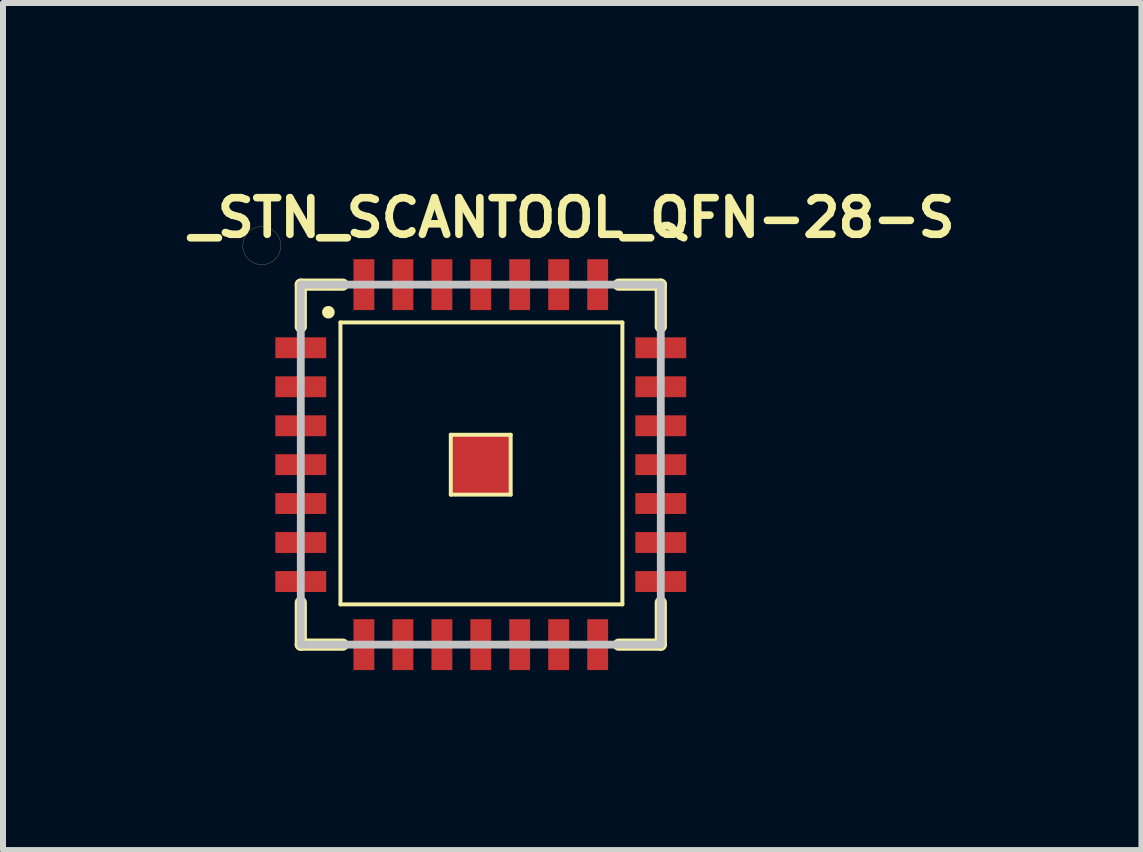
<source format=kicad_pcb>
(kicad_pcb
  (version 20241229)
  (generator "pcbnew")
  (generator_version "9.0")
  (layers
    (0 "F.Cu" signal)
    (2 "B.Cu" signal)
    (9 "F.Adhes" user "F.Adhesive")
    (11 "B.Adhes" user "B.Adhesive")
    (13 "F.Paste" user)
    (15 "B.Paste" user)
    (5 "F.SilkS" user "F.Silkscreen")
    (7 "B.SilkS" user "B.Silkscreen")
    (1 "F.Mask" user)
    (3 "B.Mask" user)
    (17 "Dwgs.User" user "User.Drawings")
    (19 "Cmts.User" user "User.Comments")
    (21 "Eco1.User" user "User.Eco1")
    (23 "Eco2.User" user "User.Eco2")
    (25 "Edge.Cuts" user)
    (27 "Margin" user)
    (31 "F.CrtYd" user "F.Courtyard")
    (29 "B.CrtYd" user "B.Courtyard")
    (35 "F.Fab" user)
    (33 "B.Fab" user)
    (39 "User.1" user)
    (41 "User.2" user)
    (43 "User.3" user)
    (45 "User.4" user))
  (footprint "_STN_SCANTOOL_QFN-28-S"
    (layer "F.Cu")
    (at 4.963 4.694)
    (property "Reference" "_STN_SCANTOOL_QFN-28-S" (at 1.524 -4.115 0) (layer "F.SilkS") (effects (font (size 0.61 0.61) (thickness 0.127))))
    (attr smd)
    (fp_line (start -3.967 -3.65) (end -3.96 -3.579) (stroke (width 0.003) (type solid)) (layer "F.SilkS"))
    (fp_line (start -3.96 -3.721) (end -3.967 -3.65) (stroke (width 0.003) (type solid)) (layer "F.SilkS"))
    (fp_line (start -3.96 -3.579) (end -3.937 -3.513) (stroke (width 0.003) (type solid)) (layer "F.SilkS"))
    (fp_line (start -3.937 -3.787) (end -3.96 -3.721) (stroke (width 0.003) (type solid)) (layer "F.SilkS"))
    (fp_line (start -3.937 -3.513) (end -3.899 -3.452) (stroke (width 0.003) (type solid)) (layer "F.SilkS"))
    (fp_line (start -3.899 -3.848) (end -3.937 -3.787) (stroke (width 0.003) (type solid)) (layer "F.SilkS"))
    (fp_line (start -3.899 -3.452) (end -3.848 -3.401) (stroke (width 0.003) (type solid)) (layer "F.SilkS"))
    (fp_line (start -3.848 -3.899) (end -3.899 -3.848) (stroke (width 0.003) (type solid)) (layer "F.SilkS"))
    (fp_line (start -3.848 -3.401) (end -3.787 -3.363) (stroke (width 0.003) (type solid)) (layer "F.SilkS"))
    (fp_line (start -3.787 -3.937) (end -3.848 -3.899) (stroke (width 0.003) (type solid)) (layer "F.SilkS"))
    (fp_line (start -3.787 -3.363) (end -3.721 -3.34) (stroke (width 0.003) (type solid)) (layer "F.SilkS"))
    (fp_line (start -3.721 -3.96) (end -3.787 -3.937) (stroke (width 0.003) (type solid)) (layer "F.SilkS"))
    (fp_line (start -3.721 -3.34) (end -3.65 -3.332) (stroke (width 0.003) (type solid)) (layer "F.SilkS"))
    (fp_line (start -3.65 -3.967) (end -3.721 -3.96) (stroke (width 0.003) (type solid)) (layer "F.SilkS"))
    (fp_line (start -3.65 -3.332) (end -3.579 -3.34) (stroke (width 0.003) (type solid)) (layer "F.SilkS"))
    (fp_line (start -3.579 -3.96) (end -3.65 -3.967) (stroke (width 0.003) (type solid)) (layer "F.SilkS"))
    (fp_line (start -3.579 -3.34) (end -3.513 -3.363) (stroke (width 0.003) (type solid)) (layer "F.SilkS"))
    (fp_line (start -3.513 -3.937) (end -3.579 -3.96) (stroke (width 0.003) (type solid)) (layer "F.SilkS"))
    (fp_line (start -3.513 -3.363) (end -3.452 -3.401) (stroke (width 0.003) (type solid)) (layer "F.SilkS"))
    (fp_line (start -3.452 -3.899) (end -3.513 -3.937) (stroke (width 0.003) (type solid)) (layer "F.SilkS"))
    (fp_line (start -3.452 -3.401) (end -3.401 -3.452) (stroke (width 0.003) (type solid)) (layer "F.SilkS"))
    (fp_line (start -3.401 -3.848) (end -3.452 -3.899) (stroke (width 0.003) (type solid)) (layer "F.SilkS"))
    (fp_line (start -3.401 -3.452) (end -3.363 -3.513) (stroke (width 0.003) (type solid)) (layer "F.SilkS"))
    (fp_line (start -3.363 -3.787) (end -3.401 -3.848) (stroke (width 0.003) (type solid)) (layer "F.SilkS"))
    (fp_line (start -3.363 -3.513) (end -3.34 -3.579) (stroke (width 0.003) (type solid)) (layer "F.SilkS"))
    (fp_line (start -3.34 -3.721) (end -3.363 -3.787) (stroke (width 0.003) (type solid)) (layer "F.SilkS"))
    (fp_line (start -3.34 -3.579) (end -3.332 -3.65) (stroke (width 0.003) (type solid)) (layer "F.SilkS"))
    (fp_line (start -3.332 -3.65) (end -3.34 -3.721) (stroke (width 0.003) (type solid)) (layer "F.SilkS"))
    (fp_line (start -3 -3) (end -2.299 -3) (stroke (width 0.203) (type solid)) (layer "F.SilkS"))
    (fp_line (start -3 -2.299) (end -3 -3) (stroke (width 0.203) (type solid)) (layer "F.SilkS"))
    (fp_line (start -3 3) (end -3 2.299) (stroke (width 0.203) (type solid)) (layer "F.SilkS"))
    (fp_line (start -2.339 -2.37) (end 2.36 -2.37) (stroke (width 0.066) (type solid)) (layer "F.SilkS"))
    (fp_line (start -2.339 2.329) (end -2.339 -2.37) (stroke (width 0.066) (type solid)) (layer "F.SilkS"))
    (fp_line (start -2.339 2.329) (end 2.36 2.329) (stroke (width 0.066) (type solid)) (layer "F.SilkS"))
    (fp_line (start -2.299 3) (end -3 3) (stroke (width 0.203) (type solid)) (layer "F.SilkS"))
    (fp_line (start -0.5 -0.498) (end 0.498 -0.498) (stroke (width 0.066) (type solid)) (layer "F.SilkS"))
    (fp_line (start -0.5 0.5) (end -0.5 -0.498) (stroke (width 0.066) (type solid)) (layer "F.SilkS"))
    (fp_line (start -0.5 0.5) (end 0.498 0.5) (stroke (width 0.066) (type solid)) (layer "F.SilkS"))
    (fp_line (start 0.498 0.5) (end 0.498 -0.498) (stroke (width 0.066) (type solid)) (layer "F.SilkS"))
    (fp_line (start 2.299 -3) (end 3 -3) (stroke (width 0.203) (type solid)) (layer "F.SilkS"))
    (fp_line (start 2.36 2.329) (end 2.36 -2.37) (stroke (width 0.066) (type solid)) (layer "F.SilkS"))
    (fp_line (start 3 -3) (end 3 -2.299) (stroke (width 0.203) (type solid)) (layer "F.SilkS"))
    (fp_line (start 3 2.299) (end 3 3) (stroke (width 0.203) (type solid)) (layer "F.SilkS"))
    (fp_line (start 3 3) (end 2.299 3) (stroke (width 0.203) (type solid)) (layer "F.SilkS"))
    (fp_circle (center -2.54 -2.54) (end -2.614 -2.614) (stroke (width 0) (type solid)) (fill yes) (layer "F.SilkS"))
    (fp_line (start -3 -3) (end -3 3) (stroke (width 0.13) (type solid)) (layer "Dwgs.User"))
    (fp_line (start -3 3) (end 3 3) (stroke (width 0.13) (type solid)) (layer "Dwgs.User"))
    (fp_line (start 3 -3) (end -3 -3) (stroke (width 0.13) (type solid)) (layer "Dwgs.User"))
    (fp_line (start 3 3) (end 3 -3) (stroke (width 0.13) (type solid)) (layer "Dwgs.User"))
    (pad "1" smd rect (at -3 -1.948) (size 0.848 0.348) (layers "F.Cu" "F.Mask" "F.Paste"))
    (pad "2" smd rect (at -3 -1.298) (size 0.848 0.348) (layers "F.Cu" "F.Mask" "F.Paste"))
    (pad "3" smd rect (at -3 -0.648) (size 0.848 0.348) (layers "F.Cu" "F.Mask" "F.Paste"))
    (pad "4" smd rect (at -3 0) (size 0.848 0.348) (layers "F.Cu" "F.Mask" "F.Paste"))
    (pad "5" smd rect (at -3 0.648) (size 0.848 0.348) (layers "F.Cu" "F.Mask" "F.Paste"))
    (pad "6" smd rect (at -3 1.298) (size 0.848 0.348) (layers "F.Cu" "F.Mask" "F.Paste"))
    (pad "7" smd rect (at -3 1.948) (size 0.848 0.348) (layers "F.Cu" "F.Mask" "F.Paste"))
    (pad "8" smd rect (at -1.948 3) (size 0.348 0.848) (layers "F.Cu" "F.Mask" "F.Paste"))
    (pad "9" smd rect (at -1.298 3) (size 0.348 0.848) (layers "F.Cu" "F.Mask" "F.Paste"))
    (pad "10" smd rect (at -0.648 3) (size 0.348 0.848) (layers "F.Cu" "F.Mask" "F.Paste"))
    (pad "11" smd rect (at 0 3) (size 0.348 0.848) (layers "F.Cu" "F.Mask" "F.Paste"))
    (pad "12" smd rect (at 0.648 3) (size 0.348 0.848) (layers "F.Cu" "F.Mask" "F.Paste"))
    (pad "13" smd rect (at 1.298 3) (size 0.348 0.848) (layers "F.Cu" "F.Mask" "F.Paste"))
    (pad "14" smd rect (at 1.948 3) (size 0.348 0.848) (layers "F.Cu" "F.Mask" "F.Paste"))
    (pad "15" smd rect (at 3 1.948) (size 0.848 0.348) (layers "F.Cu" "F.Mask" "F.Paste"))
    (pad "16" smd rect (at 3 1.298) (size 0.848 0.348) (layers "F.Cu" "F.Mask" "F.Paste"))
    (pad "17" smd rect (at 3 0.648) (size 0.848 0.348) (layers "F.Cu" "F.Mask" "F.Paste"))
    (pad "18" smd rect (at 3 0) (size 0.848 0.348) (layers "F.Cu" "F.Mask" "F.Paste"))
    (pad "19" smd rect (at 3 -0.648) (size 0.848 0.348) (layers "F.Cu" "F.Mask" "F.Paste"))
    (pad "20" smd rect (at 3 -1.298) (size 0.848 0.348) (layers "F.Cu" "F.Mask" "F.Paste"))
    (pad "21" smd rect (at 3 -1.948) (size 0.848 0.348) (layers "F.Cu" "F.Mask" "F.Paste"))
    (pad "22" smd rect (at 1.948 -3) (size 0.348 0.848) (layers "F.Cu" "F.Mask" "F.Paste"))
    (pad "23" smd rect (at 1.298 -3) (size 0.348 0.848) (layers "F.Cu" "F.Mask" "F.Paste"))
    (pad "24" smd rect (at 0.648 -3) (size 0.348 0.848) (layers "F.Cu" "F.Mask" "F.Paste"))
    (pad "25" smd rect (at 0 -3) (size 0.348 0.848) (layers "F.Cu" "F.Mask" "F.Paste"))
    (pad "26" smd rect (at -0.648 -3) (size 0.348 0.848) (layers "F.Cu" "F.Mask" "F.Paste"))
    (pad "27" smd rect (at -1.298 -3) (size 0.348 0.848) (layers "F.Cu" "F.Mask" "F.Paste"))
    (pad "28" smd rect (at -1.948 -3) (size 0.348 0.848) (layers "F.Cu" "F.Mask" "F.Paste"))
    (pad "EXP" smd rect (at 0 0) (size 0.998 0.998) (layers "F.Cu" "F.Mask" "F.Paste")))
  (gr_rect
    (start -3 -3)
    (end 15.974 11.118)
    (stroke (width 0.1) (type default))
    (fill no)
    (layer "Edge.Cuts")))
</source>
